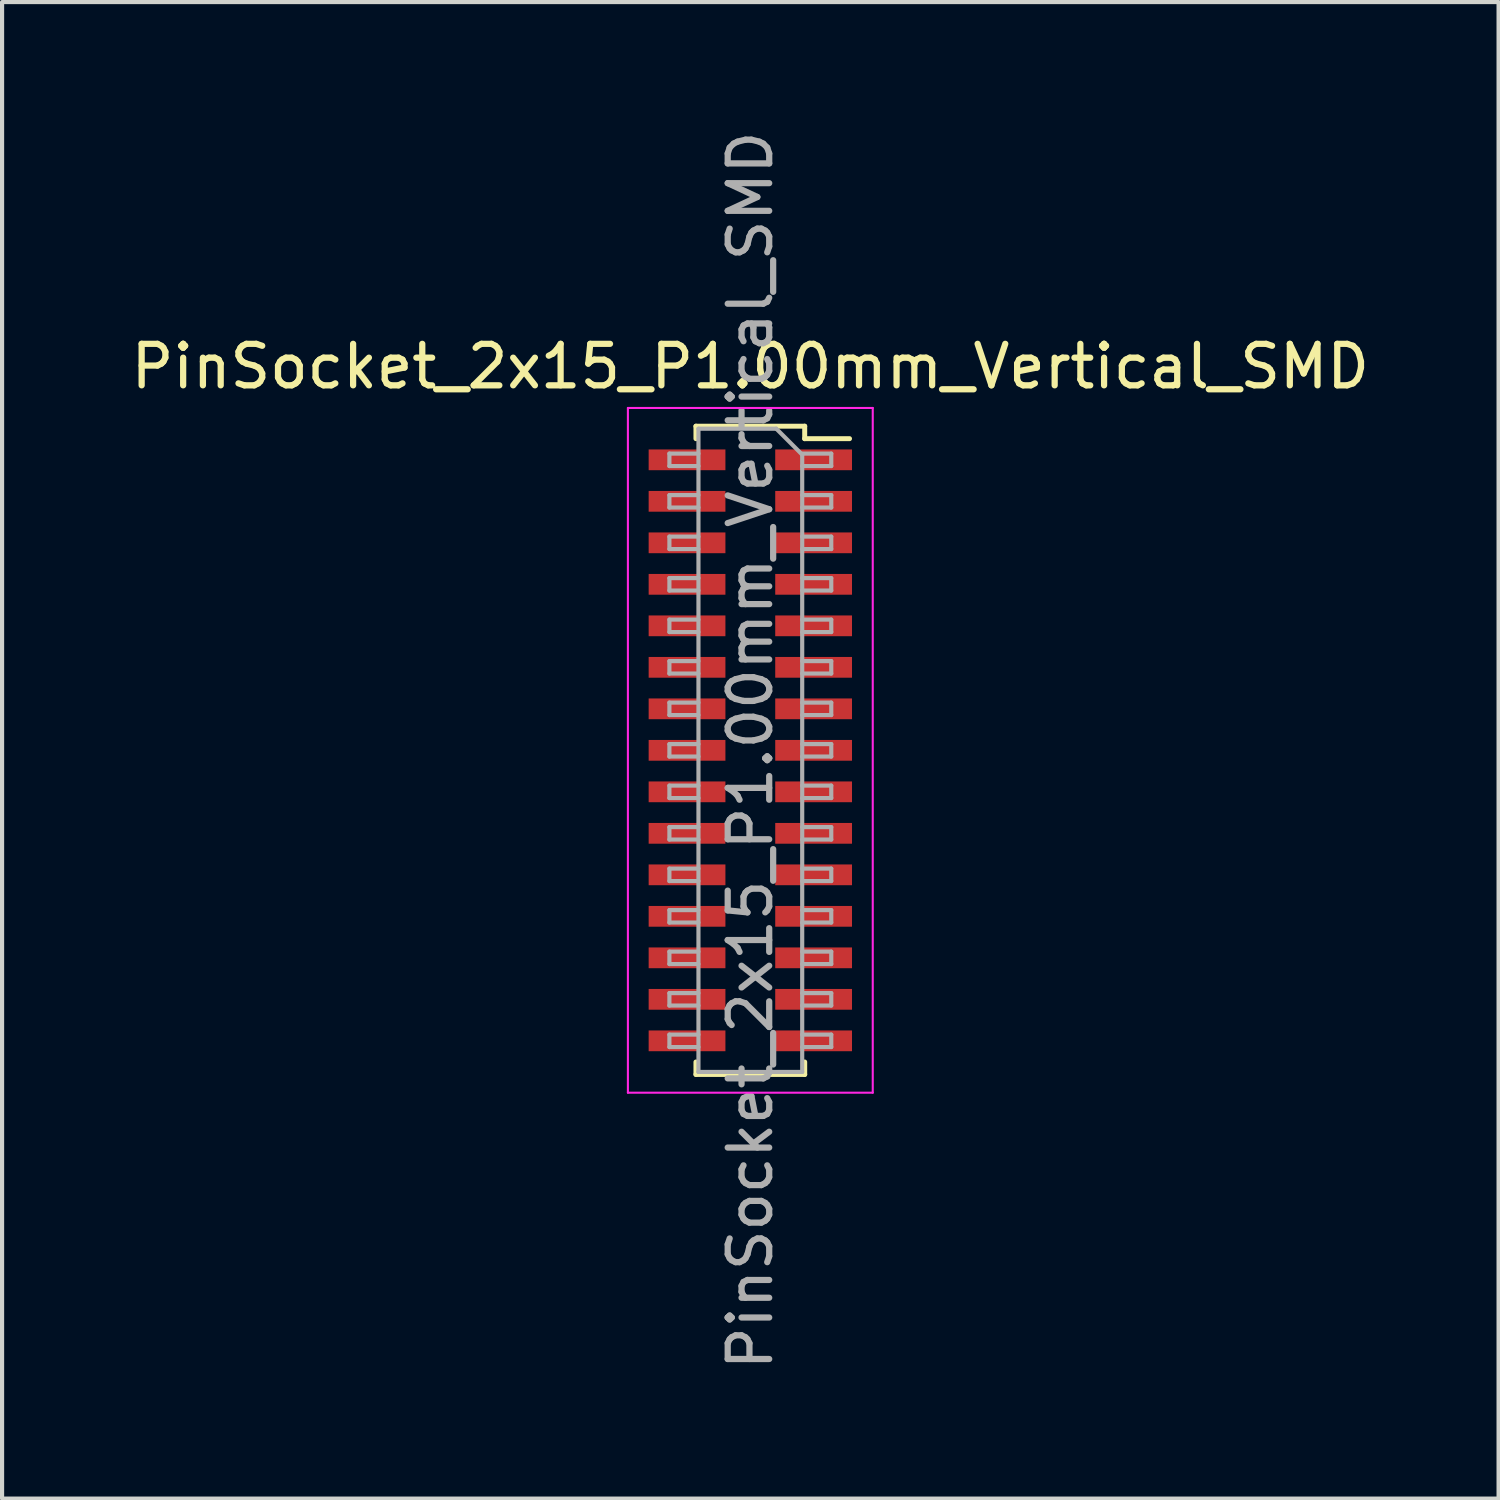
<source format=kicad_pcb>
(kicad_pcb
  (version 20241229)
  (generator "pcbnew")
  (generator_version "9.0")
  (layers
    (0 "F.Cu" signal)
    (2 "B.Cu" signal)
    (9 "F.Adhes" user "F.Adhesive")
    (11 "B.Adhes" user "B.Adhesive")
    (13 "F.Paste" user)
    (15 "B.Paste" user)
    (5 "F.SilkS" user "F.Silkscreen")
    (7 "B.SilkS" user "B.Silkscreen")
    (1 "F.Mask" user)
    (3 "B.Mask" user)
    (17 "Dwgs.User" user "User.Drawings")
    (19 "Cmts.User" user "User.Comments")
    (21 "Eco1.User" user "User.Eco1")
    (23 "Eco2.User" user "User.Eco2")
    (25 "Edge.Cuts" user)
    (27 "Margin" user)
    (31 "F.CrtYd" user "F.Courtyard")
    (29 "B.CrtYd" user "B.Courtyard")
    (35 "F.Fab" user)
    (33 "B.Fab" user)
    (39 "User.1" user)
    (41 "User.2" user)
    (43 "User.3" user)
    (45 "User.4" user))
  (footprint "PinSocket_2x15_P1.00mm_Vertical_SMD"
    (layer "F.Cu")
    (at 15.03 15.03)
    (property "Reference" "PinSocket_2x15_P1.00mm_Vertical_SMD" (at 0 -9.25 0) (layer "F.SilkS") (effects (font (size 1 1) (thickness 0.15))))
    (attr smd)
    (fp_line (start -1.31 -7.81) (end -1.31 -7.51) (stroke (width 0.12) (type solid)) (layer "F.SilkS"))
    (fp_line (start -1.31 -7.81) (end 1.31 -7.81) (stroke (width 0.12) (type solid)) (layer "F.SilkS"))
    (fp_line (start -1.31 7.51) (end -1.31 7.81) (stroke (width 0.12) (type solid)) (layer "F.SilkS"))
    (fp_line (start -1.31 7.81) (end 1.31 7.81) (stroke (width 0.12) (type solid)) (layer "F.SilkS"))
    (fp_line (start 1.31 -7.81) (end 1.31 -7.51) (stroke (width 0.12) (type solid)) (layer "F.SilkS"))
    (fp_line (start 1.31 -7.51) (end 2.39 -7.51) (stroke (width 0.12) (type solid)) (layer "F.SilkS"))
    (fp_line (start 1.31 7.51) (end 1.31 7.81) (stroke (width 0.12) (type solid)) (layer "F.SilkS"))
    (fp_line (start -2.95 -8.25) (end 2.95 -8.25) (stroke (width 0.05) (type solid)) (layer "F.CrtYd"))
    (fp_line (start -2.95 8.25) (end -2.95 -8.25) (stroke (width 0.05) (type solid)) (layer "F.CrtYd"))
    (fp_line (start 2.95 -8.25) (end 2.95 8.25) (stroke (width 0.05) (type solid)) (layer "F.CrtYd"))
    (fp_line (start 2.95 8.25) (end -2.95 8.25) (stroke (width 0.05) (type solid)) (layer "F.CrtYd"))
    (fp_line (start -1.95 -7.15) (end -1.25 -7.15) (stroke (width 0.1) (type solid)) (layer "F.Fab"))
    (fp_line (start -1.95 -6.85) (end -1.95 -7.15) (stroke (width 0.1) (type solid)) (layer "F.Fab"))
    (fp_line (start -1.95 -6.15) (end -1.25 -6.15) (stroke (width 0.1) (type solid)) (layer "F.Fab"))
    (fp_line (start -1.95 -5.85) (end -1.95 -6.15) (stroke (width 0.1) (type solid)) (layer "F.Fab"))
    (fp_line (start -1.95 -5.15) (end -1.25 -5.15) (stroke (width 0.1) (type solid)) (layer "F.Fab"))
    (fp_line (start -1.95 -4.85) (end -1.95 -5.15) (stroke (width 0.1) (type solid)) (layer "F.Fab"))
    (fp_line (start -1.95 -4.15) (end -1.25 -4.15) (stroke (width 0.1) (type solid)) (layer "F.Fab"))
    (fp_line (start -1.95 -3.85) (end -1.95 -4.15) (stroke (width 0.1) (type solid)) (layer "F.Fab"))
    (fp_line (start -1.95 -3.15) (end -1.25 -3.15) (stroke (width 0.1) (type solid)) (layer "F.Fab"))
    (fp_line (start -1.95 -2.85) (end -1.95 -3.15) (stroke (width 0.1) (type solid)) (layer "F.Fab"))
    (fp_line (start -1.95 -2.15) (end -1.25 -2.15) (stroke (width 0.1) (type solid)) (layer "F.Fab"))
    (fp_line (start -1.95 -1.85) (end -1.95 -2.15) (stroke (width 0.1) (type solid)) (layer "F.Fab"))
    (fp_line (start -1.95 -1.15) (end -1.25 -1.15) (stroke (width 0.1) (type solid)) (layer "F.Fab"))
    (fp_line (start -1.95 -0.85) (end -1.95 -1.15) (stroke (width 0.1) (type solid)) (layer "F.Fab"))
    (fp_line (start -1.95 -0.15) (end -1.25 -0.15) (stroke (width 0.1) (type solid)) (layer "F.Fab"))
    (fp_line (start -1.95 0.15) (end -1.95 -0.15) (stroke (width 0.1) (type solid)) (layer "F.Fab"))
    (fp_line (start -1.95 0.85) (end -1.25 0.85) (stroke (width 0.1) (type solid)) (layer "F.Fab"))
    (fp_line (start -1.95 1.15) (end -1.95 0.85) (stroke (width 0.1) (type solid)) (layer "F.Fab"))
    (fp_line (start -1.95 1.85) (end -1.25 1.85) (stroke (width 0.1) (type solid)) (layer "F.Fab"))
    (fp_line (start -1.95 2.15) (end -1.95 1.85) (stroke (width 0.1) (type solid)) (layer "F.Fab"))
    (fp_line (start -1.95 2.85) (end -1.25 2.85) (stroke (width 0.1) (type solid)) (layer "F.Fab"))
    (fp_line (start -1.95 3.15) (end -1.95 2.85) (stroke (width 0.1) (type solid)) (layer "F.Fab"))
    (fp_line (start -1.95 3.85) (end -1.25 3.85) (stroke (width 0.1) (type solid)) (layer "F.Fab"))
    (fp_line (start -1.95 4.15) (end -1.95 3.85) (stroke (width 0.1) (type solid)) (layer "F.Fab"))
    (fp_line (start -1.95 4.85) (end -1.25 4.85) (stroke (width 0.1) (type solid)) (layer "F.Fab"))
    (fp_line (start -1.95 5.15) (end -1.95 4.85) (stroke (width 0.1) (type solid)) (layer "F.Fab"))
    (fp_line (start -1.95 5.85) (end -1.25 5.85) (stroke (width 0.1) (type solid)) (layer "F.Fab"))
    (fp_line (start -1.95 6.15) (end -1.95 5.85) (stroke (width 0.1) (type solid)) (layer "F.Fab"))
    (fp_line (start -1.95 6.85) (end -1.25 6.85) (stroke (width 0.1) (type solid)) (layer "F.Fab"))
    (fp_line (start -1.95 7.15) (end -1.95 6.85) (stroke (width 0.1) (type solid)) (layer "F.Fab"))
    (fp_line (start -1.25 -7.75) (end 0.625 -7.75) (stroke (width 0.1) (type solid)) (layer "F.Fab"))
    (fp_line (start -1.25 -6.85) (end -1.95 -6.85) (stroke (width 0.1) (type solid)) (layer "F.Fab"))
    (fp_line (start -1.25 -5.85) (end -1.95 -5.85) (stroke (width 0.1) (type solid)) (layer "F.Fab"))
    (fp_line (start -1.25 -4.85) (end -1.95 -4.85) (stroke (width 0.1) (type solid)) (layer "F.Fab"))
    (fp_line (start -1.25 -3.85) (end -1.95 -3.85) (stroke (width 0.1) (type solid)) (layer "F.Fab"))
    (fp_line (start -1.25 -2.85) (end -1.95 -2.85) (stroke (width 0.1) (type solid)) (layer "F.Fab"))
    (fp_line (start -1.25 -1.85) (end -1.95 -1.85) (stroke (width 0.1) (type solid)) (layer "F.Fab"))
    (fp_line (start -1.25 -0.85) (end -1.95 -0.85) (stroke (width 0.1) (type solid)) (layer "F.Fab"))
    (fp_line (start -1.25 0.15) (end -1.95 0.15) (stroke (width 0.1) (type solid)) (layer "F.Fab"))
    (fp_line (start -1.25 1.15) (end -1.95 1.15) (stroke (width 0.1) (type solid)) (layer "F.Fab"))
    (fp_line (start -1.25 2.15) (end -1.95 2.15) (stroke (width 0.1) (type solid)) (layer "F.Fab"))
    (fp_line (start -1.25 3.15) (end -1.95 3.15) (stroke (width 0.1) (type solid)) (layer "F.Fab"))
    (fp_line (start -1.25 4.15) (end -1.95 4.15) (stroke (width 0.1) (type solid)) (layer "F.Fab"))
    (fp_line (start -1.25 5.15) (end -1.95 5.15) (stroke (width 0.1) (type solid)) (layer "F.Fab"))
    (fp_line (start -1.25 6.15) (end -1.95 6.15) (stroke (width 0.1) (type solid)) (layer "F.Fab"))
    (fp_line (start -1.25 7.15) (end -1.95 7.15) (stroke (width 0.1) (type solid)) (layer "F.Fab"))
    (fp_line (start -1.25 7.75) (end -1.25 -7.75) (stroke (width 0.1) (type solid)) (layer "F.Fab"))
    (fp_line (start 0.625 -7.75) (end 1.25 -7.125) (stroke (width 0.1) (type solid)) (layer "F.Fab"))
    (fp_line (start 1.25 -7.15) (end 1.95 -7.15) (stroke (width 0.1) (type solid)) (layer "F.Fab"))
    (fp_line (start 1.25 -7.125) (end 1.25 7.75) (stroke (width 0.1) (type solid)) (layer "F.Fab"))
    (fp_line (start 1.25 -6.15) (end 1.95 -6.15) (stroke (width 0.1) (type solid)) (layer "F.Fab"))
    (fp_line (start 1.25 -5.15) (end 1.95 -5.15) (stroke (width 0.1) (type solid)) (layer "F.Fab"))
    (fp_line (start 1.25 -4.15) (end 1.95 -4.15) (stroke (width 0.1) (type solid)) (layer "F.Fab"))
    (fp_line (start 1.25 -3.15) (end 1.95 -3.15) (stroke (width 0.1) (type solid)) (layer "F.Fab"))
    (fp_line (start 1.25 -2.15) (end 1.95 -2.15) (stroke (width 0.1) (type solid)) (layer "F.Fab"))
    (fp_line (start 1.25 -1.15) (end 1.95 -1.15) (stroke (width 0.1) (type solid)) (layer "F.Fab"))
    (fp_line (start 1.25 -0.15) (end 1.95 -0.15) (stroke (width 0.1) (type solid)) (layer "F.Fab"))
    (fp_line (start 1.25 0.85) (end 1.95 0.85) (stroke (width 0.1) (type solid)) (layer "F.Fab"))
    (fp_line (start 1.25 1.85) (end 1.95 1.85) (stroke (width 0.1) (type solid)) (layer "F.Fab"))
    (fp_line (start 1.25 2.85) (end 1.95 2.85) (stroke (width 0.1) (type solid)) (layer "F.Fab"))
    (fp_line (start 1.25 3.85) (end 1.95 3.85) (stroke (width 0.1) (type solid)) (layer "F.Fab"))
    (fp_line (start 1.25 4.85) (end 1.95 4.85) (stroke (width 0.1) (type solid)) (layer "F.Fab"))
    (fp_line (start 1.25 5.85) (end 1.95 5.85) (stroke (width 0.1) (type solid)) (layer "F.Fab"))
    (fp_line (start 1.25 6.85) (end 1.95 6.85) (stroke (width 0.1) (type solid)) (layer "F.Fab"))
    (fp_line (start 1.25 7.75) (end -1.25 7.75) (stroke (width 0.1) (type solid)) (layer "F.Fab"))
    (fp_line (start 1.95 -7.15) (end 1.95 -6.85) (stroke (width 0.1) (type solid)) (layer "F.Fab"))
    (fp_line (start 1.95 -6.85) (end 1.25 -6.85) (stroke (width 0.1) (type solid)) (layer "F.Fab"))
    (fp_line (start 1.95 -6.15) (end 1.95 -5.85) (stroke (width 0.1) (type solid)) (layer "F.Fab"))
    (fp_line (start 1.95 -5.85) (end 1.25 -5.85) (stroke (width 0.1) (type solid)) (layer "F.Fab"))
    (fp_line (start 1.95 -5.15) (end 1.95 -4.85) (stroke (width 0.1) (type solid)) (layer "F.Fab"))
    (fp_line (start 1.95 -4.85) (end 1.25 -4.85) (stroke (width 0.1) (type solid)) (layer "F.Fab"))
    (fp_line (start 1.95 -4.15) (end 1.95 -3.85) (stroke (width 0.1) (type solid)) (layer "F.Fab"))
    (fp_line (start 1.95 -3.85) (end 1.25 -3.85) (stroke (width 0.1) (type solid)) (layer "F.Fab"))
    (fp_line (start 1.95 -3.15) (end 1.95 -2.85) (stroke (width 0.1) (type solid)) (layer "F.Fab"))
    (fp_line (start 1.95 -2.85) (end 1.25 -2.85) (stroke (width 0.1) (type solid)) (layer "F.Fab"))
    (fp_line (start 1.95 -2.15) (end 1.95 -1.85) (stroke (width 0.1) (type solid)) (layer "F.Fab"))
    (fp_line (start 1.95 -1.85) (end 1.25 -1.85) (stroke (width 0.1) (type solid)) (layer "F.Fab"))
    (fp_line (start 1.95 -1.15) (end 1.95 -0.85) (stroke (width 0.1) (type solid)) (layer "F.Fab"))
    (fp_line (start 1.95 -0.85) (end 1.25 -0.85) (stroke (width 0.1) (type solid)) (layer "F.Fab"))
    (fp_line (start 1.95 -0.15) (end 1.95 0.15) (stroke (width 0.1) (type solid)) (layer "F.Fab"))
    (fp_line (start 1.95 0.15) (end 1.25 0.15) (stroke (width 0.1) (type solid)) (layer "F.Fab"))
    (fp_line (start 1.95 0.85) (end 1.95 1.15) (stroke (width 0.1) (type solid)) (layer "F.Fab"))
    (fp_line (start 1.95 1.15) (end 1.25 1.15) (stroke (width 0.1) (type solid)) (layer "F.Fab"))
    (fp_line (start 1.95 1.85) (end 1.95 2.15) (stroke (width 0.1) (type solid)) (layer "F.Fab"))
    (fp_line (start 1.95 2.15) (end 1.25 2.15) (stroke (width 0.1) (type solid)) (layer "F.Fab"))
    (fp_line (start 1.95 2.85) (end 1.95 3.15) (stroke (width 0.1) (type solid)) (layer "F.Fab"))
    (fp_line (start 1.95 3.15) (end 1.25 3.15) (stroke (width 0.1) (type solid)) (layer "F.Fab"))
    (fp_line (start 1.95 3.85) (end 1.95 4.15) (stroke (width 0.1) (type solid)) (layer "F.Fab"))
    (fp_line (start 1.95 4.15) (end 1.25 4.15) (stroke (width 0.1) (type solid)) (layer "F.Fab"))
    (fp_line (start 1.95 4.85) (end 1.95 5.15) (stroke (width 0.1) (type solid)) (layer "F.Fab"))
    (fp_line (start 1.95 5.15) (end 1.25 5.15) (stroke (width 0.1) (type solid)) (layer "F.Fab"))
    (fp_line (start 1.95 5.85) (end 1.95 6.15) (stroke (width 0.1) (type solid)) (layer "F.Fab"))
    (fp_line (start 1.95 6.15) (end 1.25 6.15) (stroke (width 0.1) (type solid)) (layer "F.Fab"))
    (fp_line (start 1.95 6.85) (end 1.95 7.15) (stroke (width 0.1) (type solid)) (layer "F.Fab"))
    (fp_line (start 1.95 7.15) (end 1.25 7.15) (stroke (width 0.1) (type solid)) (layer "F.Fab"))
    (fp_text user "${REFERENCE}" (at 0 0 90) (layer "F.Fab") (effects (font (size 1 1) (thickness 0.15))))
    (pad "1" smd rect (at 1.525 -7) (size 1.85 0.5) (layers "F.Cu" "F.Mask" "F.Paste"))
    (pad "2" smd rect (at -1.525 -7) (size 1.85 0.5) (layers "F.Cu" "F.Mask" "F.Paste"))
    (pad "3" smd rect (at 1.525 -6) (size 1.85 0.5) (layers "F.Cu" "F.Mask" "F.Paste"))
    (pad "4" smd rect (at -1.525 -6) (size 1.85 0.5) (layers "F.Cu" "F.Mask" "F.Paste"))
    (pad "5" smd rect (at 1.525 -5) (size 1.85 0.5) (layers "F.Cu" "F.Mask" "F.Paste"))
    (pad "6" smd rect (at -1.525 -5) (size 1.85 0.5) (layers "F.Cu" "F.Mask" "F.Paste"))
    (pad "7" smd rect (at 1.525 -4) (size 1.85 0.5) (layers "F.Cu" "F.Mask" "F.Paste"))
    (pad "8" smd rect (at -1.525 -4) (size 1.85 0.5) (layers "F.Cu" "F.Mask" "F.Paste"))
    (pad "9" smd rect (at 1.525 -3) (size 1.85 0.5) (layers "F.Cu" "F.Mask" "F.Paste"))
    (pad "10" smd rect (at -1.525 -3) (size 1.85 0.5) (layers "F.Cu" "F.Mask" "F.Paste"))
    (pad "11" smd rect (at 1.525 -2) (size 1.85 0.5) (layers "F.Cu" "F.Mask" "F.Paste"))
    (pad "12" smd rect (at -1.525 -2) (size 1.85 0.5) (layers "F.Cu" "F.Mask" "F.Paste"))
    (pad "13" smd rect (at 1.525 -1) (size 1.85 0.5) (layers "F.Cu" "F.Mask" "F.Paste"))
    (pad "14" smd rect (at -1.525 -1) (size 1.85 0.5) (layers "F.Cu" "F.Mask" "F.Paste"))
    (pad "15" smd rect (at 1.525 0) (size 1.85 0.5) (layers "F.Cu" "F.Mask" "F.Paste"))
    (pad "16" smd rect (at -1.525 0) (size 1.85 0.5) (layers "F.Cu" "F.Mask" "F.Paste"))
    (pad "17" smd rect (at 1.525 1) (size 1.85 0.5) (layers "F.Cu" "F.Mask" "F.Paste"))
    (pad "18" smd rect (at -1.525 1) (size 1.85 0.5) (layers "F.Cu" "F.Mask" "F.Paste"))
    (pad "19" smd rect (at 1.525 2) (size 1.85 0.5) (layers "F.Cu" "F.Mask" "F.Paste"))
    (pad "20" smd rect (at -1.525 2) (size 1.85 0.5) (layers "F.Cu" "F.Mask" "F.Paste"))
    (pad "21" smd rect (at 1.525 3) (size 1.85 0.5) (layers "F.Cu" "F.Mask" "F.Paste"))
    (pad "22" smd rect (at -1.525 3) (size 1.85 0.5) (layers "F.Cu" "F.Mask" "F.Paste"))
    (pad "23" smd rect (at 1.525 4) (size 1.85 0.5) (layers "F.Cu" "F.Mask" "F.Paste"))
    (pad "24" smd rect (at -1.525 4) (size 1.85 0.5) (layers "F.Cu" "F.Mask" "F.Paste"))
    (pad "25" smd rect (at 1.525 5) (size 1.85 0.5) (layers "F.Cu" "F.Mask" "F.Paste"))
    (pad "26" smd rect (at -1.525 5) (size 1.85 0.5) (layers "F.Cu" "F.Mask" "F.Paste"))
    (pad "27" smd rect (at 1.525 6) (size 1.85 0.5) (layers "F.Cu" "F.Mask" "F.Paste"))
    (pad "28" smd rect (at -1.525 6) (size 1.85 0.5) (layers "F.Cu" "F.Mask" "F.Paste"))
    (pad "29" smd rect (at 1.525 7) (size 1.85 0.5) (layers "F.Cu" "F.Mask" "F.Paste"))
    (pad "30" smd rect (at -1.525 7) (size 1.85 0.5) (layers "F.Cu" "F.Mask" "F.Paste")))
  (gr_rect
    (start -3 -3)
    (end 33.06 33.06)
    (stroke (width 0.1) (type default))
    (fill no)
    (layer "Edge.Cuts")))
</source>
